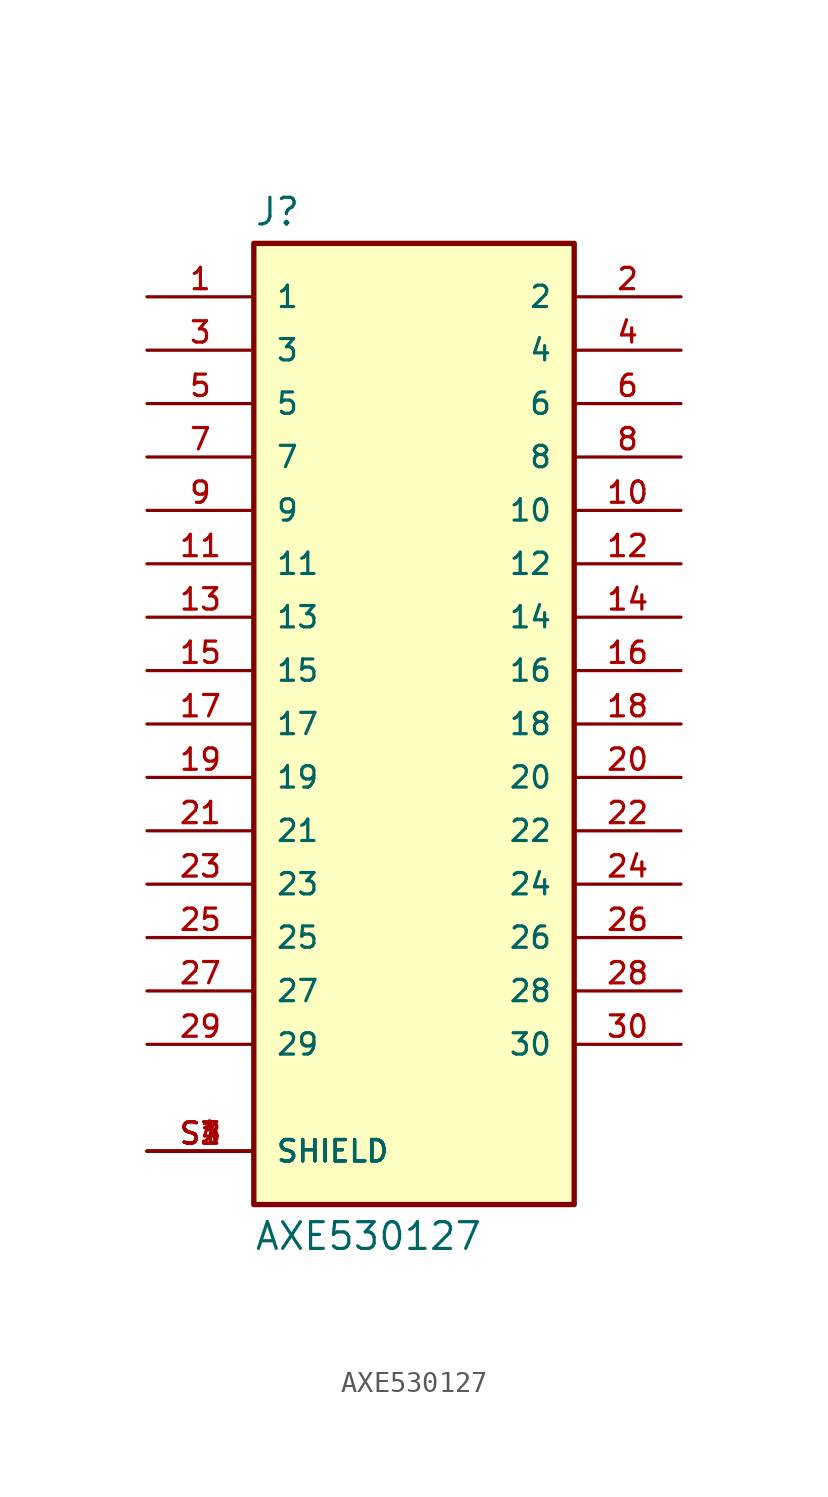
<source format=kicad_sym>
(kicad_symbol_lib
  (version 20231120)
  (generator "kicad_symbol_editor")
  (generator_version "8.0")
  (symbol "AXE530127"
    (pin_names
      (offset 1.016))
    (property "Reference" "J"
      (at -7.62 23.622 0)
      (effects (font (size 1.27 1.27)) (justify left bottom)))
    (property "Value" "AXE530127"
      (at -7.62 -23.622 0)
      (effects (font (size 1.27 1.27)) (justify left top)))
    (symbol "AXE530127_0_0"
      (rectangle (start -7.62 22.86) (end 7.62 -22.86) (stroke (width 0.254) (type default)) (fill (type background)))
      (pin passive line (at -12.7 20.32 0) (length 5.08) (name "1" (effects (font (size 1.016 1.016)))) (number "1" (effects (font (size 1.016 1.016)))))
      (pin passive line (at 12.7 10.16 180) (length 5.08) (name "10" (effects (font (size 1.016 1.016)))) (number "10" (effects (font (size 1.016 1.016)))))
      (pin passive line (at -12.7 7.62 0) (length 5.08) (name "11" (effects (font (size 1.016 1.016)))) (number "11" (effects (font (size 1.016 1.016)))))
      (pin passive line (at 12.7 7.62 180) (length 5.08) (name "12" (effects (font (size 1.016 1.016)))) (number "12" (effects (font (size 1.016 1.016)))))
      (pin passive line (at -12.7 5.08 0) (length 5.08) (name "13" (effects (font (size 1.016 1.016)))) (number "13" (effects (font (size 1.016 1.016)))))
      (pin passive line (at 12.7 5.08 180) (length 5.08) (name "14" (effects (font (size 1.016 1.016)))) (number "14" (effects (font (size 1.016 1.016)))))
      (pin passive line (at -12.7 2.54 0) (length 5.08) (name "15" (effects (font (size 1.016 1.016)))) (number "15" (effects (font (size 1.016 1.016)))))
      (pin passive line (at 12.7 2.54 180) (length 5.08) (name "16" (effects (font (size 1.016 1.016)))) (number "16" (effects (font (size 1.016 1.016)))))
      (pin passive line (at -12.7 0 0) (length 5.08) (name "17" (effects (font (size 1.016 1.016)))) (number "17" (effects (font (size 1.016 1.016)))))
      (pin passive line (at 12.7 0 180) (length 5.08) (name "18" (effects (font (size 1.016 1.016)))) (number "18" (effects (font (size 1.016 1.016)))))
      (pin passive line (at -12.7 -2.54 0) (length 5.08) (name "19" (effects (font (size 1.016 1.016)))) (number "19" (effects (font (size 1.016 1.016)))))
      (pin passive line (at 12.7 20.32 180) (length 5.08) (name "2" (effects (font (size 1.016 1.016)))) (number "2" (effects (font (size 1.016 1.016)))))
      (pin passive line (at 12.7 -2.54 180) (length 5.08) (name "20" (effects (font (size 1.016 1.016)))) (number "20" (effects (font (size 1.016 1.016)))))
      (pin passive line (at -12.7 -5.08 0) (length 5.08) (name "21" (effects (font (size 1.016 1.016)))) (number "21" (effects (font (size 1.016 1.016)))))
      (pin passive line (at 12.7 -5.08 180) (length 5.08) (name "22" (effects (font (size 1.016 1.016)))) (number "22" (effects (font (size 1.016 1.016)))))
      (pin passive line (at -12.7 -7.62 0) (length 5.08) (name "23" (effects (font (size 1.016 1.016)))) (number "23" (effects (font (size 1.016 1.016)))))
      (pin passive line (at 12.7 -7.62 180) (length 5.08) (name "24" (effects (font (size 1.016 1.016)))) (number "24" (effects (font (size 1.016 1.016)))))
      (pin passive line (at -12.7 -10.16 0) (length 5.08) (name "25" (effects (font (size 1.016 1.016)))) (number "25" (effects (font (size 1.016 1.016)))))
      (pin passive line (at 12.7 -10.16 180) (length 5.08) (name "26" (effects (font (size 1.016 1.016)))) (number "26" (effects (font (size 1.016 1.016)))))
      (pin passive line (at -12.7 -12.7 0) (length 5.08) (name "27" (effects (font (size 1.016 1.016)))) (number "27" (effects (font (size 1.016 1.016)))))
      (pin passive line (at 12.7 -12.7 180) (length 5.08) (name "28" (effects (font (size 1.016 1.016)))) (number "28" (effects (font (size 1.016 1.016)))))
      (pin passive line (at -12.7 -15.24 0) (length 5.08) (name "29" (effects (font (size 1.016 1.016)))) (number "29" (effects (font (size 1.016 1.016)))))
      (pin passive line (at -12.7 17.78 0) (length 5.08) (name "3" (effects (font (size 1.016 1.016)))) (number "3" (effects (font (size 1.016 1.016)))))
      (pin passive line (at 12.7 -15.24 180) (length 5.08) (name "30" (effects (font (size 1.016 1.016)))) (number "30" (effects (font (size 1.016 1.016)))))
      (pin passive line (at 12.7 17.78 180) (length 5.08) (name "4" (effects (font (size 1.016 1.016)))) (number "4" (effects (font (size 1.016 1.016)))))
      (pin passive line (at -12.7 15.24 0) (length 5.08) (name "5" (effects (font (size 1.016 1.016)))) (number "5" (effects (font (size 1.016 1.016)))))
      (pin passive line (at 12.7 15.24 180) (length 5.08) (name "6" (effects (font (size 1.016 1.016)))) (number "6" (effects (font (size 1.016 1.016)))))
      (pin passive line (at -12.7 12.7 0) (length 5.08) (name "7" (effects (font (size 1.016 1.016)))) (number "7" (effects (font (size 1.016 1.016)))))
      (pin passive line (at 12.7 12.7 180) (length 5.08) (name "8" (effects (font (size 1.016 1.016)))) (number "8" (effects (font (size 1.016 1.016)))))
      (pin passive line (at -12.7 10.16 0) (length 5.08) (name "9" (effects (font (size 1.016 1.016)))) (number "9" (effects (font (size 1.016 1.016)))))
      (pin passive line (at -12.7 -20.32 0) (length 5.08) (name "SHIELD" (effects (font (size 1.016 1.016)))) (number "S1" (effects (font (size 1.016 1.016)))))
      (pin passive line (at -12.7 -20.32 0) (length 5.08) (name "SHIELD" (effects (font (size 1.016 1.016)))) (number "S2" (effects (font (size 1.016 1.016)))))
      (pin passive line (at -12.7 -20.32 0) (length 5.08) (name "SHIELD" (effects (font (size 1.016 1.016)))) (number "S3" (effects (font (size 1.016 1.016)))))
      (pin passive line (at -12.7 -20.32 0) (length 5.08) (name "SHIELD" (effects (font (size 1.016 1.016)))) (number "S4" (effects (font (size 1.016 1.016))))))))
</source>
